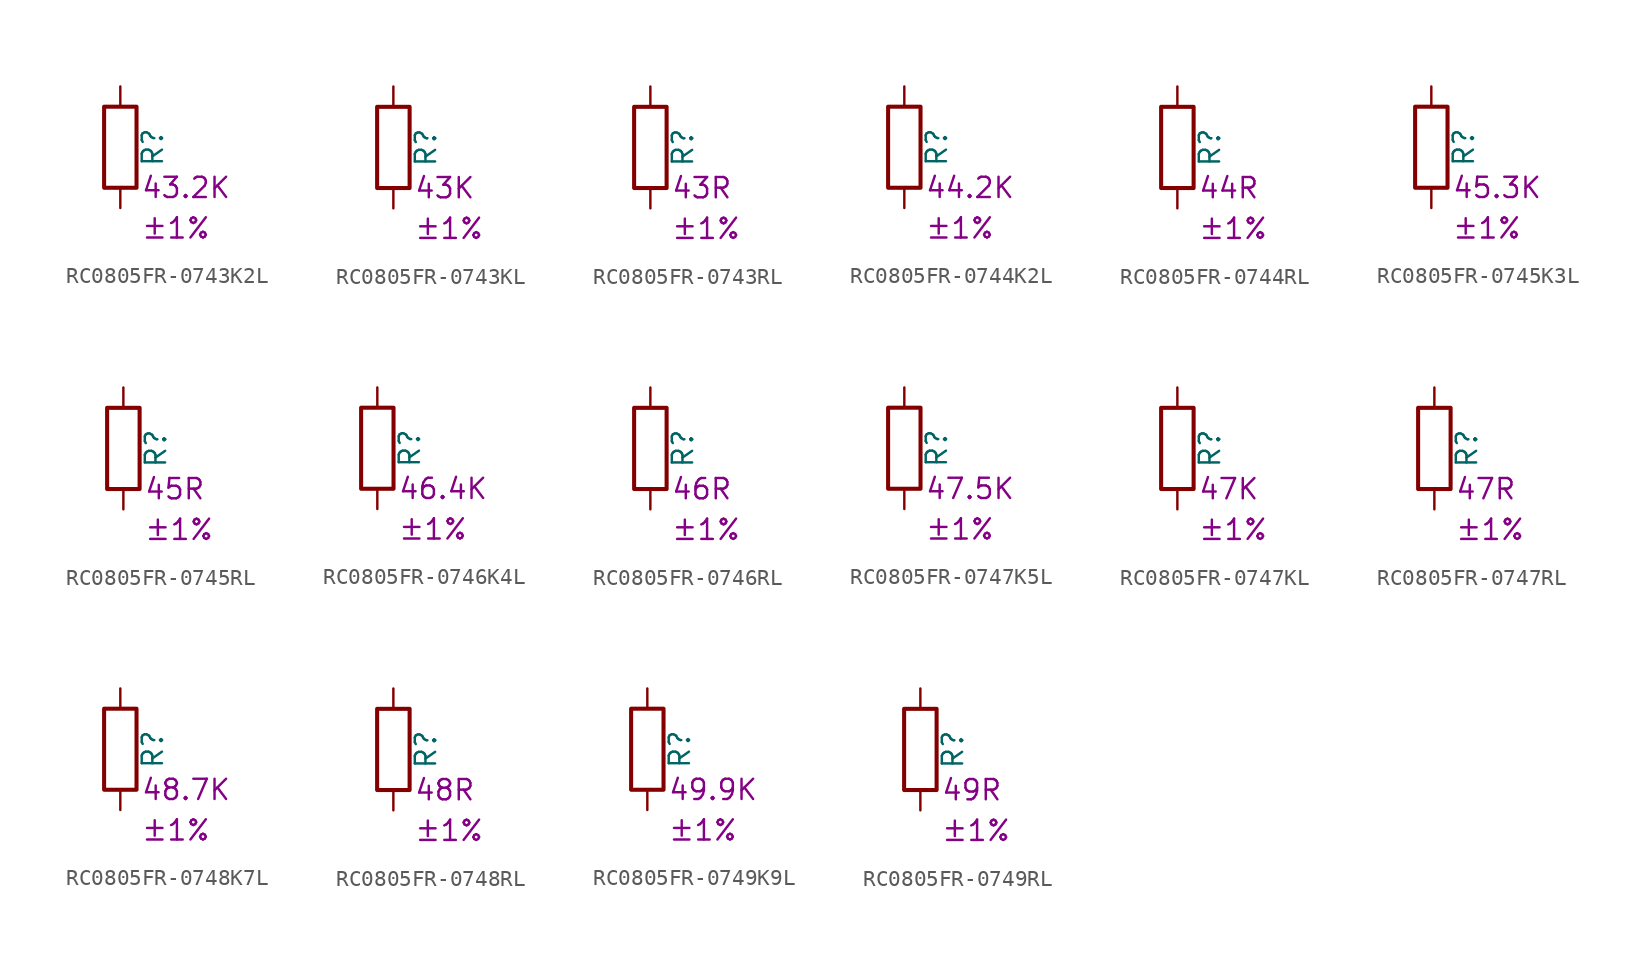
<source format=kicad_sym>
(kicad_symbol_lib
  (version 20220914)
  (generator kicad_symbol_editor)
  (symbol "RC0805FR-0743K2L"
    (pin_numbers hide)
    (pin_names
      (offset 0))
    (property "Reference" "R"
      (at 2.032 0 90)
      (effects (font (size 1.27 1.27))))
    (property "Resistance" "43.2K"
      (at 1.27 -2.54 0)
      (effects (font (size 1.27 1.27)) (justify left)))
    (property "Tolerance" "±1%"
      (at 1.27 -5.08 0)
      (effects (font (size 1.27 1.27)) (justify left)))
    (symbol "RC0805FR-0743K2L_0_1"
      (rectangle (start -1.016 -2.54) (end 1.016 2.54) (stroke (width 0.254) (type default)) (fill (type none))))
    (symbol "RC0805FR-0743K2L_1_1"
      (pin passive line (at 0 3.81 270) (length 1.27) (name "~" (effects (font (size 1.27 1.27)))) (number "1" (effects (font (size 1.27 1.27)))))
      (pin passive line (at 0 -3.81 90) (length 1.27) (name "~" (effects (font (size 1.27 1.27)))) (number "2" (effects (font (size 1.27 1.27)))))))
  (symbol "RC0805FR-0743KL"
    (pin_numbers hide)
    (pin_names
      (offset 0))
    (property "Reference" "R"
      (at 2.032 0 90)
      (effects (font (size 1.27 1.27))))
    (property "Resistance" "43K"
      (at 1.27 -2.54 0)
      (effects (font (size 1.27 1.27)) (justify left)))
    (property "Tolerance" "±1%"
      (at 1.27 -5.08 0)
      (effects (font (size 1.27 1.27)) (justify left)))
    (symbol "RC0805FR-0743KL_0_1"
      (rectangle (start -1.016 -2.54) (end 1.016 2.54) (stroke (width 0.254) (type default)) (fill (type none))))
    (symbol "RC0805FR-0743KL_1_1"
      (pin passive line (at 0 3.81 270) (length 1.27) (name "~" (effects (font (size 1.27 1.27)))) (number "1" (effects (font (size 1.27 1.27)))))
      (pin passive line (at 0 -3.81 90) (length 1.27) (name "~" (effects (font (size 1.27 1.27)))) (number "2" (effects (font (size 1.27 1.27)))))))
  (symbol "RC0805FR-0743RL"
    (pin_numbers hide)
    (pin_names
      (offset 0))
    (property "Reference" "R"
      (at 2.032 0 90)
      (effects (font (size 1.27 1.27))))
    (property "Resistance" "43R"
      (at 1.27 -2.54 0)
      (effects (font (size 1.27 1.27)) (justify left)))
    (property "Tolerance" "±1%"
      (at 1.27 -5.08 0)
      (effects (font (size 1.27 1.27)) (justify left)))
    (symbol "RC0805FR-0743RL_0_1"
      (rectangle (start -1.016 -2.54) (end 1.016 2.54) (stroke (width 0.254) (type default)) (fill (type none))))
    (symbol "RC0805FR-0743RL_1_1"
      (pin passive line (at 0 3.81 270) (length 1.27) (name "~" (effects (font (size 1.27 1.27)))) (number "1" (effects (font (size 1.27 1.27)))))
      (pin passive line (at 0 -3.81 90) (length 1.27) (name "~" (effects (font (size 1.27 1.27)))) (number "2" (effects (font (size 1.27 1.27)))))))
  (symbol "RC0805FR-0744K2L"
    (pin_numbers hide)
    (pin_names
      (offset 0))
    (property "Reference" "R"
      (at 2.032 0 90)
      (effects (font (size 1.27 1.27))))
    (property "Resistance" "44.2K"
      (at 1.27 -2.54 0)
      (effects (font (size 1.27 1.27)) (justify left)))
    (property "Tolerance" "±1%"
      (at 1.27 -5.08 0)
      (effects (font (size 1.27 1.27)) (justify left)))
    (symbol "RC0805FR-0744K2L_0_1"
      (rectangle (start -1.016 -2.54) (end 1.016 2.54) (stroke (width 0.254) (type default)) (fill (type none))))
    (symbol "RC0805FR-0744K2L_1_1"
      (pin passive line (at 0 3.81 270) (length 1.27) (name "~" (effects (font (size 1.27 1.27)))) (number "1" (effects (font (size 1.27 1.27)))))
      (pin passive line (at 0 -3.81 90) (length 1.27) (name "~" (effects (font (size 1.27 1.27)))) (number "2" (effects (font (size 1.27 1.27)))))))
  (symbol "RC0805FR-0744RL"
    (pin_numbers hide)
    (pin_names
      (offset 0))
    (property "Reference" "R"
      (at 2.032 0 90)
      (effects (font (size 1.27 1.27))))
    (property "Resistance" "44R"
      (at 1.27 -2.54 0)
      (effects (font (size 1.27 1.27)) (justify left)))
    (property "Tolerance" "±1%"
      (at 1.27 -5.08 0)
      (effects (font (size 1.27 1.27)) (justify left)))
    (symbol "RC0805FR-0744RL_0_1"
      (rectangle (start -1.016 -2.54) (end 1.016 2.54) (stroke (width 0.254) (type default)) (fill (type none))))
    (symbol "RC0805FR-0744RL_1_1"
      (pin passive line (at 0 3.81 270) (length 1.27) (name "~" (effects (font (size 1.27 1.27)))) (number "1" (effects (font (size 1.27 1.27)))))
      (pin passive line (at 0 -3.81 90) (length 1.27) (name "~" (effects (font (size 1.27 1.27)))) (number "2" (effects (font (size 1.27 1.27)))))))
  (symbol "RC0805FR-0745K3L"
    (pin_numbers hide)
    (pin_names
      (offset 0))
    (property "Reference" "R"
      (at 2.032 0 90)
      (effects (font (size 1.27 1.27))))
    (property "Resistance" "45.3K"
      (at 1.27 -2.54 0)
      (effects (font (size 1.27 1.27)) (justify left)))
    (property "Tolerance" "±1%"
      (at 1.27 -5.08 0)
      (effects (font (size 1.27 1.27)) (justify left)))
    (symbol "RC0805FR-0745K3L_0_1"
      (rectangle (start -1.016 -2.54) (end 1.016 2.54) (stroke (width 0.254) (type default)) (fill (type none))))
    (symbol "RC0805FR-0745K3L_1_1"
      (pin passive line (at 0 3.81 270) (length 1.27) (name "~" (effects (font (size 1.27 1.27)))) (number "1" (effects (font (size 1.27 1.27)))))
      (pin passive line (at 0 -3.81 90) (length 1.27) (name "~" (effects (font (size 1.27 1.27)))) (number "2" (effects (font (size 1.27 1.27)))))))
  (symbol "RC0805FR-0745RL"
    (pin_numbers hide)
    (pin_names
      (offset 0))
    (property "Reference" "R"
      (at 2.032 0 90)
      (effects (font (size 1.27 1.27))))
    (property "Resistance" "45R"
      (at 1.27 -2.54 0)
      (effects (font (size 1.27 1.27)) (justify left)))
    (property "Tolerance" "±1%"
      (at 1.27 -5.08 0)
      (effects (font (size 1.27 1.27)) (justify left)))
    (symbol "RC0805FR-0745RL_0_1"
      (rectangle (start -1.016 -2.54) (end 1.016 2.54) (stroke (width 0.254) (type default)) (fill (type none))))
    (symbol "RC0805FR-0745RL_1_1"
      (pin passive line (at 0 3.81 270) (length 1.27) (name "~" (effects (font (size 1.27 1.27)))) (number "1" (effects (font (size 1.27 1.27)))))
      (pin passive line (at 0 -3.81 90) (length 1.27) (name "~" (effects (font (size 1.27 1.27)))) (number "2" (effects (font (size 1.27 1.27)))))))
  (symbol "RC0805FR-0746K4L"
    (pin_numbers hide)
    (pin_names
      (offset 0))
    (property "Reference" "R"
      (at 2.032 0 90)
      (effects (font (size 1.27 1.27))))
    (property "Resistance" "46.4K"
      (at 1.27 -2.54 0)
      (effects (font (size 1.27 1.27)) (justify left)))
    (property "Tolerance" "±1%"
      (at 1.27 -5.08 0)
      (effects (font (size 1.27 1.27)) (justify left)))
    (symbol "RC0805FR-0746K4L_0_1"
      (rectangle (start -1.016 -2.54) (end 1.016 2.54) (stroke (width 0.254) (type default)) (fill (type none))))
    (symbol "RC0805FR-0746K4L_1_1"
      (pin passive line (at 0 3.81 270) (length 1.27) (name "~" (effects (font (size 1.27 1.27)))) (number "1" (effects (font (size 1.27 1.27)))))
      (pin passive line (at 0 -3.81 90) (length 1.27) (name "~" (effects (font (size 1.27 1.27)))) (number "2" (effects (font (size 1.27 1.27)))))))
  (symbol "RC0805FR-0746RL"
    (pin_numbers hide)
    (pin_names
      (offset 0))
    (property "Reference" "R"
      (at 2.032 0 90)
      (effects (font (size 1.27 1.27))))
    (property "Resistance" "46R"
      (at 1.27 -2.54 0)
      (effects (font (size 1.27 1.27)) (justify left)))
    (property "Tolerance" "±1%"
      (at 1.27 -5.08 0)
      (effects (font (size 1.27 1.27)) (justify left)))
    (symbol "RC0805FR-0746RL_0_1"
      (rectangle (start -1.016 -2.54) (end 1.016 2.54) (stroke (width 0.254) (type default)) (fill (type none))))
    (symbol "RC0805FR-0746RL_1_1"
      (pin passive line (at 0 3.81 270) (length 1.27) (name "~" (effects (font (size 1.27 1.27)))) (number "1" (effects (font (size 1.27 1.27)))))
      (pin passive line (at 0 -3.81 90) (length 1.27) (name "~" (effects (font (size 1.27 1.27)))) (number "2" (effects (font (size 1.27 1.27)))))))
  (symbol "RC0805FR-0747K5L"
    (pin_numbers hide)
    (pin_names
      (offset 0))
    (property "Reference" "R"
      (at 2.032 0 90)
      (effects (font (size 1.27 1.27))))
    (property "Resistance" "47.5K"
      (at 1.27 -2.54 0)
      (effects (font (size 1.27 1.27)) (justify left)))
    (property "Tolerance" "±1%"
      (at 1.27 -5.08 0)
      (effects (font (size 1.27 1.27)) (justify left)))
    (symbol "RC0805FR-0747K5L_0_1"
      (rectangle (start -1.016 -2.54) (end 1.016 2.54) (stroke (width 0.254) (type default)) (fill (type none))))
    (symbol "RC0805FR-0747K5L_1_1"
      (pin passive line (at 0 3.81 270) (length 1.27) (name "~" (effects (font (size 1.27 1.27)))) (number "1" (effects (font (size 1.27 1.27)))))
      (pin passive line (at 0 -3.81 90) (length 1.27) (name "~" (effects (font (size 1.27 1.27)))) (number "2" (effects (font (size 1.27 1.27)))))))
  (symbol "RC0805FR-0747KL"
    (pin_numbers hide)
    (pin_names
      (offset 0))
    (property "Reference" "R"
      (at 2.032 0 90)
      (effects (font (size 1.27 1.27))))
    (property "Resistance" "47K"
      (at 1.27 -2.54 0)
      (effects (font (size 1.27 1.27)) (justify left)))
    (property "Tolerance" "±1%"
      (at 1.27 -5.08 0)
      (effects (font (size 1.27 1.27)) (justify left)))
    (symbol "RC0805FR-0747KL_0_1"
      (rectangle (start -1.016 -2.54) (end 1.016 2.54) (stroke (width 0.254) (type default)) (fill (type none))))
    (symbol "RC0805FR-0747KL_1_1"
      (pin passive line (at 0 3.81 270) (length 1.27) (name "~" (effects (font (size 1.27 1.27)))) (number "1" (effects (font (size 1.27 1.27)))))
      (pin passive line (at 0 -3.81 90) (length 1.27) (name "~" (effects (font (size 1.27 1.27)))) (number "2" (effects (font (size 1.27 1.27)))))))
  (symbol "RC0805FR-0747RL"
    (pin_numbers hide)
    (pin_names
      (offset 0))
    (property "Reference" "R"
      (at 2.032 0 90)
      (effects (font (size 1.27 1.27))))
    (property "Resistance" "47R"
      (at 1.27 -2.54 0)
      (effects (font (size 1.27 1.27)) (justify left)))
    (property "Tolerance" "±1%"
      (at 1.27 -5.08 0)
      (effects (font (size 1.27 1.27)) (justify left)))
    (symbol "RC0805FR-0747RL_0_1"
      (rectangle (start -1.016 -2.54) (end 1.016 2.54) (stroke (width 0.254) (type default)) (fill (type none))))
    (symbol "RC0805FR-0747RL_1_1"
      (pin passive line (at 0 3.81 270) (length 1.27) (name "~" (effects (font (size 1.27 1.27)))) (number "1" (effects (font (size 1.27 1.27)))))
      (pin passive line (at 0 -3.81 90) (length 1.27) (name "~" (effects (font (size 1.27 1.27)))) (number "2" (effects (font (size 1.27 1.27)))))))
  (symbol "RC0805FR-0748K7L"
    (pin_numbers hide)
    (pin_names
      (offset 0))
    (property "Reference" "R"
      (at 2.032 0 90)
      (effects (font (size 1.27 1.27))))
    (property "Resistance" "48.7K"
      (at 1.27 -2.54 0)
      (effects (font (size 1.27 1.27)) (justify left)))
    (property "Tolerance" "±1%"
      (at 1.27 -5.08 0)
      (effects (font (size 1.27 1.27)) (justify left)))
    (symbol "RC0805FR-0748K7L_0_1"
      (rectangle (start -1.016 -2.54) (end 1.016 2.54) (stroke (width 0.254) (type default)) (fill (type none))))
    (symbol "RC0805FR-0748K7L_1_1"
      (pin passive line (at 0 3.81 270) (length 1.27) (name "~" (effects (font (size 1.27 1.27)))) (number "1" (effects (font (size 1.27 1.27)))))
      (pin passive line (at 0 -3.81 90) (length 1.27) (name "~" (effects (font (size 1.27 1.27)))) (number "2" (effects (font (size 1.27 1.27)))))))
  (symbol "RC0805FR-0748RL"
    (pin_numbers hide)
    (pin_names
      (offset 0))
    (property "Reference" "R"
      (at 2.032 0 90)
      (effects (font (size 1.27 1.27))))
    (property "Resistance" "48R"
      (at 1.27 -2.54 0)
      (effects (font (size 1.27 1.27)) (justify left)))
    (property "Tolerance" "±1%"
      (at 1.27 -5.08 0)
      (effects (font (size 1.27 1.27)) (justify left)))
    (symbol "RC0805FR-0748RL_0_1"
      (rectangle (start -1.016 -2.54) (end 1.016 2.54) (stroke (width 0.254) (type default)) (fill (type none))))
    (symbol "RC0805FR-0748RL_1_1"
      (pin passive line (at 0 3.81 270) (length 1.27) (name "~" (effects (font (size 1.27 1.27)))) (number "1" (effects (font (size 1.27 1.27)))))
      (pin passive line (at 0 -3.81 90) (length 1.27) (name "~" (effects (font (size 1.27 1.27)))) (number "2" (effects (font (size 1.27 1.27)))))))
  (symbol "RC0805FR-0749K9L"
    (pin_numbers hide)
    (pin_names
      (offset 0))
    (property "Reference" "R"
      (at 2.032 0 90)
      (effects (font (size 1.27 1.27))))
    (property "Resistance" "49.9K"
      (at 1.27 -2.54 0)
      (effects (font (size 1.27 1.27)) (justify left)))
    (property "Tolerance" "±1%"
      (at 1.27 -5.08 0)
      (effects (font (size 1.27 1.27)) (justify left)))
    (symbol "RC0805FR-0749K9L_0_1"
      (rectangle (start -1.016 -2.54) (end 1.016 2.54) (stroke (width 0.254) (type default)) (fill (type none))))
    (symbol "RC0805FR-0749K9L_1_1"
      (pin passive line (at 0 3.81 270) (length 1.27) (name "~" (effects (font (size 1.27 1.27)))) (number "1" (effects (font (size 1.27 1.27)))))
      (pin passive line (at 0 -3.81 90) (length 1.27) (name "~" (effects (font (size 1.27 1.27)))) (number "2" (effects (font (size 1.27 1.27)))))))
  (symbol "RC0805FR-0749RL"
    (pin_numbers hide)
    (pin_names
      (offset 0))
    (property "Reference" "R"
      (at 2.032 0 90)
      (effects (font (size 1.27 1.27))))
    (property "Resistance" "49R"
      (at 1.27 -2.54 0)
      (effects (font (size 1.27 1.27)) (justify left)))
    (property "Tolerance" "±1%"
      (at 1.27 -5.08 0)
      (effects (font (size 1.27 1.27)) (justify left)))
    (symbol "RC0805FR-0749RL_0_1"
      (rectangle (start -1.016 -2.54) (end 1.016 2.54) (stroke (width 0.254) (type default)) (fill (type none))))
    (symbol "RC0805FR-0749RL_1_1"
      (pin passive line (at 0 3.81 270) (length 1.27) (name "~" (effects (font (size 1.27 1.27)))) (number "1" (effects (font (size 1.27 1.27)))))
      (pin passive line (at 0 -3.81 90) (length 1.27) (name "~" (effects (font (size 1.27 1.27)))) (number "2" (effects (font (size 1.27 1.27))))))))
</source>
